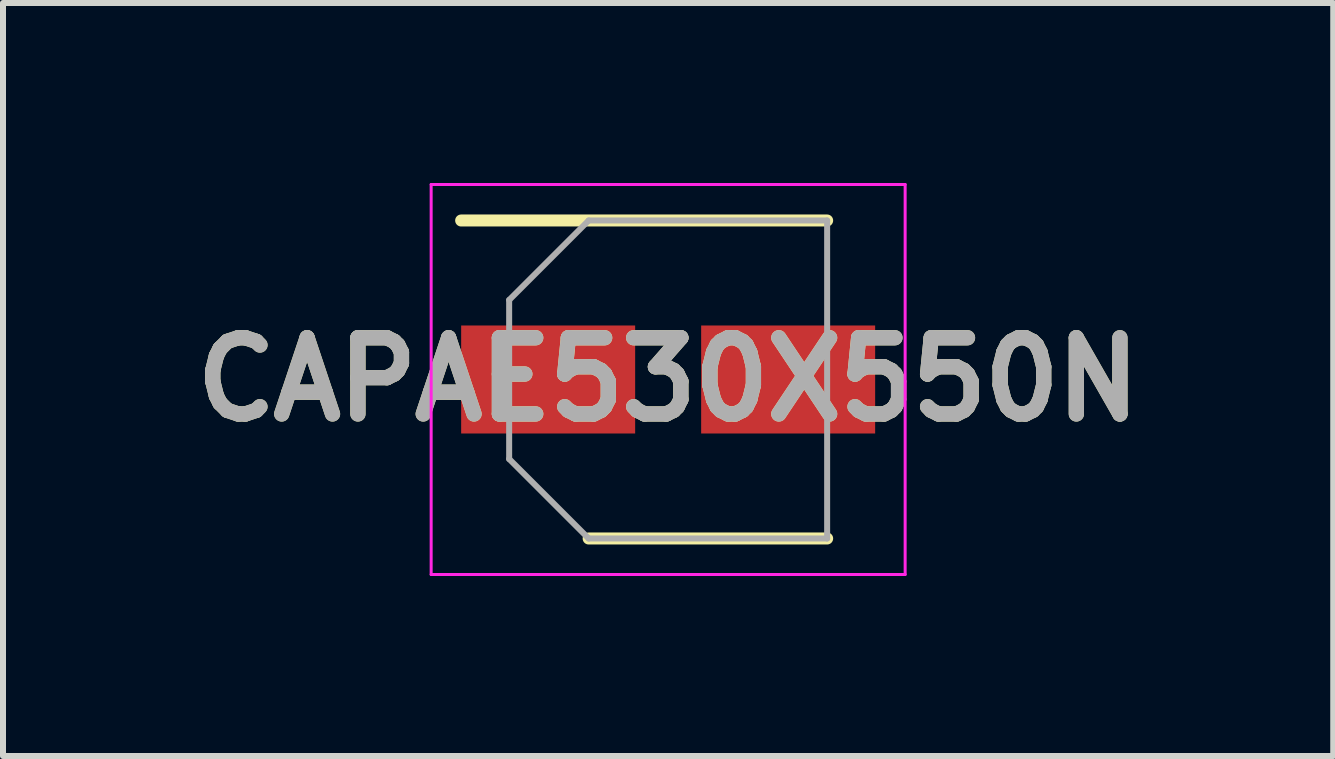
<source format=kicad_pcb>
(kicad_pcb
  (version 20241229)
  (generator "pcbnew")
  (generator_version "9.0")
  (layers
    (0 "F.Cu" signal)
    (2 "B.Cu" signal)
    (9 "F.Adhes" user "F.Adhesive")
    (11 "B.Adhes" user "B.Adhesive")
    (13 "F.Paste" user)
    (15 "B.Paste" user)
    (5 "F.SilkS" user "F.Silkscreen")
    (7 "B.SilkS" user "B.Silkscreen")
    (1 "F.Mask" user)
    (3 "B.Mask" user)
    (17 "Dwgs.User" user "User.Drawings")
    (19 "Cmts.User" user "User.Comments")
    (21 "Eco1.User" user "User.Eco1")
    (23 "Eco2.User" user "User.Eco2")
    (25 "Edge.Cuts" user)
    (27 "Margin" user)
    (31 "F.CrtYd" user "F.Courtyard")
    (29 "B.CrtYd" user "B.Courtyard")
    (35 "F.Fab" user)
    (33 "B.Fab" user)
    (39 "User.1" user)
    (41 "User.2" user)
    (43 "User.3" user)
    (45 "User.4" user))
  (footprint "CAPAE530X550N"
    (layer "F.Cu")
    (at 8.086 3.275)
    (property "Reference" "CAPAE530X550N" (at 0 0 0) (layer "F.SilkS") (effects (font (size 1.27 1.27) (thickness 0.254))))
    (attr smd)
    (fp_line (start -3.45 -2.65) (end 2.65 -2.65) (stroke (width 0.2) (type solid)) (layer "F.SilkS"))
    (fp_line (start -1.325 2.65) (end 2.65 2.65) (stroke (width 0.2) (type solid)) (layer "F.SilkS"))
    (fp_line (start -3.95 -3.25) (end 3.95 -3.25) (stroke (width 0.05) (type solid)) (layer "F.CrtYd"))
    (fp_line (start -3.95 3.25) (end -3.95 -3.25) (stroke (width 0.05) (type solid)) (layer "F.CrtYd"))
    (fp_line (start 3.95 -3.25) (end 3.95 3.25) (stroke (width 0.05) (type solid)) (layer "F.CrtYd"))
    (fp_line (start 3.95 3.25) (end -3.95 3.25) (stroke (width 0.05) (type solid)) (layer "F.CrtYd"))
    (fp_line (start -2.65 -1.325) (end -2.65 1.325) (stroke (width 0.1) (type solid)) (layer "F.Fab"))
    (fp_line (start -2.65 1.325) (end -1.325 2.65) (stroke (width 0.1) (type solid)) (layer "F.Fab"))
    (fp_line (start -1.325 -2.65) (end -2.65 -1.325) (stroke (width 0.1) (type solid)) (layer "F.Fab"))
    (fp_line (start -1.325 2.65) (end 2.65 2.65) (stroke (width 0.1) (type solid)) (layer "F.Fab"))
    (fp_line (start 2.65 -2.65) (end -1.325 -2.65) (stroke (width 0.1) (type solid)) (layer "F.Fab"))
    (fp_line (start 2.65 2.65) (end 2.65 -2.65) (stroke (width 0.1) (type solid)) (layer "F.Fab"))
    (fp_text user "${REFERENCE}" (at 0 0 0) (layer "F.Fab") (effects (font (size 1.27 1.27) (thickness 0.254))))
    (pad "1" smd rect (at -2 0 90) (size 1.8 2.9) (layers "F.Cu" "F.Mask" "F.Paste"))
    (pad "2" smd rect (at 2 0 90) (size 1.8 2.9) (layers "F.Cu" "F.Mask" "F.Paste")))
  (gr_rect
    (start -3 -3)
    (end 19.171 9.55)
    (stroke (width 0.1) (type default))
    (fill no)
    (layer "Edge.Cuts")))
</source>
